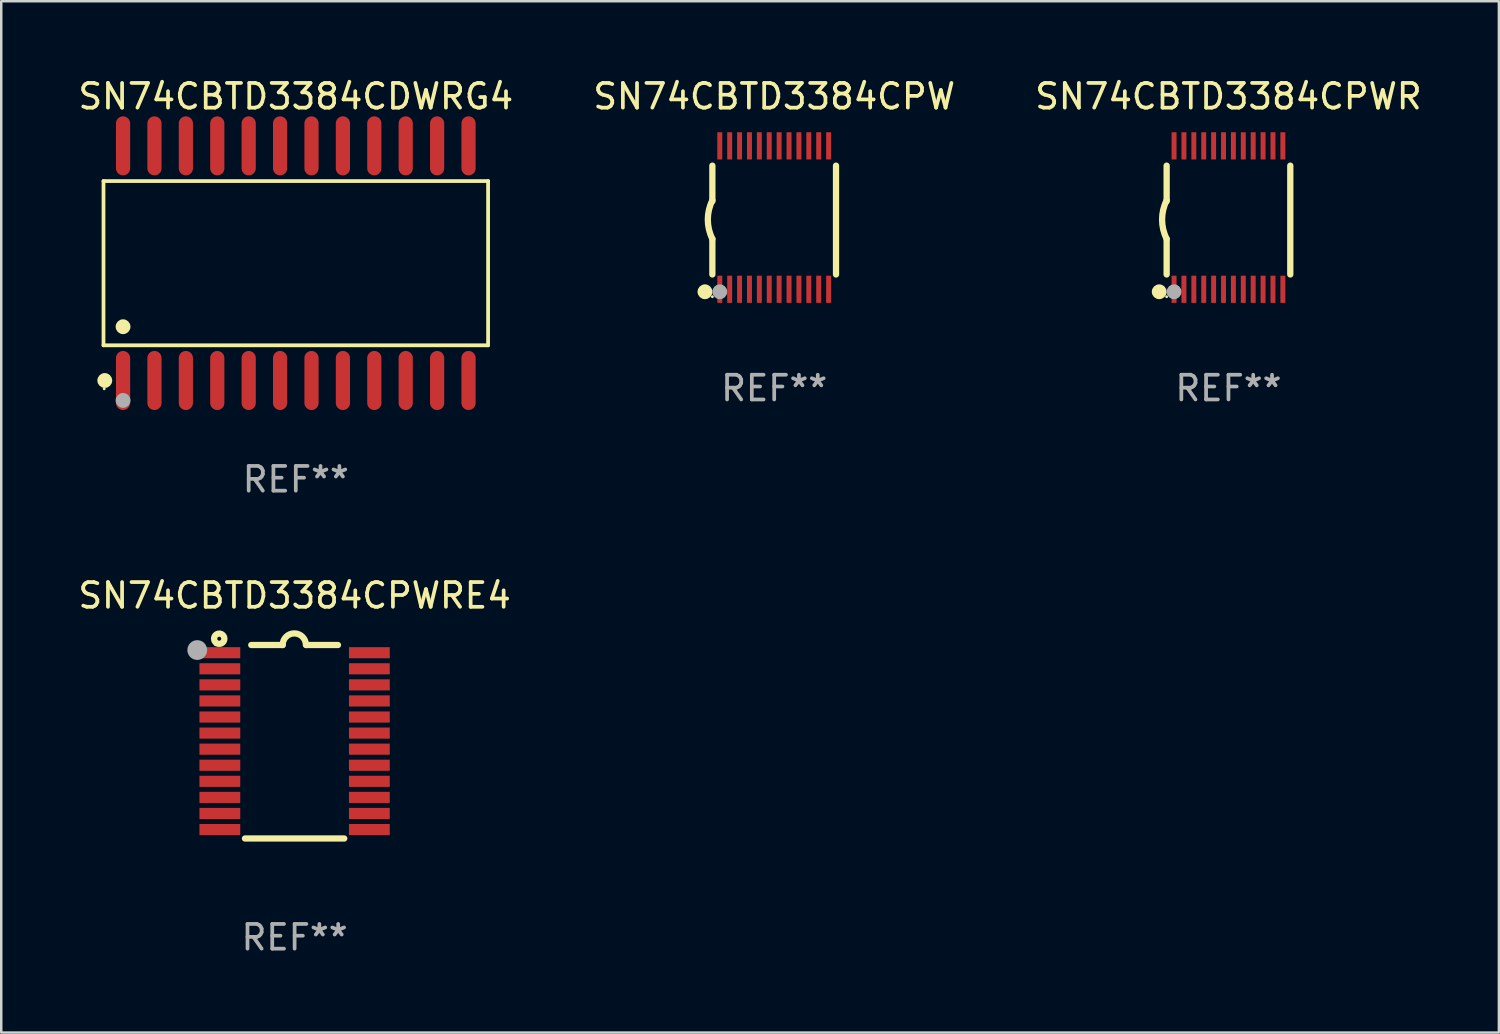
<source format=kicad_pcb>
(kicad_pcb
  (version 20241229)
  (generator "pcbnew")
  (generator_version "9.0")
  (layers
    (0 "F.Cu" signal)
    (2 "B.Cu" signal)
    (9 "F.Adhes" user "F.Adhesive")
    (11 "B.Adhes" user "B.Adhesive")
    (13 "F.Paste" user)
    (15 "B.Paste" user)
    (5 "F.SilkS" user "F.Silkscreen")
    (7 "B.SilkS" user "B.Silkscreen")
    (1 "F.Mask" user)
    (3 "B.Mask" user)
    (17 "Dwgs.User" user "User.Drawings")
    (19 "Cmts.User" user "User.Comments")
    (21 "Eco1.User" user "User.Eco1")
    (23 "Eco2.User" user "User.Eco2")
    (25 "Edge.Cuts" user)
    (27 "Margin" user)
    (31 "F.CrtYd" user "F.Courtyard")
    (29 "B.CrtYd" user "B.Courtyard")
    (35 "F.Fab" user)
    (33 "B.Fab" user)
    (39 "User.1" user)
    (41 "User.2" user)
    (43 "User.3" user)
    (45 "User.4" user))
  (footprint "SN74CBTD3384CPWR"
    (layer "F.Cu")
    (at 46.625 5.748)
    (property "Reference" "SN74CBTD3384CPWR" (at 0 -4.9 0) (layer "F.SilkS") (effects (font (size 1 1) (thickness 0.15))))
    (attr through_hole)
    (fp_line (start -2.5 -2.1) (end -2.5 -0.662) (stroke (width 0.254) (type solid)) (layer "F.SilkS"))
    (fp_line (start -2.5 0.863) (end -2.5 2.3) (stroke (width 0.254) (type solid)) (layer "F.SilkS"))
    (fp_line (start 2.5 -2.1) (end 2.5 2.3) (stroke (width 0.254) (type solid)) (layer "F.SilkS"))
    (fp_arc (start -2.49986 0.861951) (mid -2.683994 0.082188) (end -2.500013 -0.697612) (stroke (width 0.254001) (type solid)) (layer "F.SilkS"))
    (fp_circle (center -2.8 3) (end -2.65 3) (stroke (width 0.3) (type solid)) (fill no) (layer "F.SilkS"))
    (fp_circle (center -2.5 3.2) (end -2.47 3.2) (stroke (width 0.06) (type solid)) (fill no) (layer "F.SilkS"))
    (fp_circle (center -2.2 3) (end -2.05 3) (stroke (width 0.3) (type solid)) (fill no) (layer "F.Fab"))
    (fp_text user "REF**" (at 0 6.9 0) (layer "F.Fab") (effects (font (size 1 1) (thickness 0.15))))
    (pad "1" smd rect (at -2.2 2.9) (size 0.2 1.1) (layers "F.Cu" "F.Mask" "F.Paste"))
    (pad "2" smd rect (at -1.8 2.9) (size 0.2 1.1) (layers "F.Cu" "F.Mask" "F.Paste"))
    (pad "3" smd rect (at -1.4 2.9) (size 0.2 1.1) (layers "F.Cu" "F.Mask" "F.Paste"))
    (pad "4" smd rect (at -1 2.9) (size 0.2 1.1) (layers "F.Cu" "F.Mask" "F.Paste"))
    (pad "5" smd rect (at -0.6 2.9) (size 0.2 1.1) (layers "F.Cu" "F.Mask" "F.Paste"))
    (pad "6" smd rect (at -0.2 2.9) (size 0.2 1.1) (layers "F.Cu" "F.Mask" "F.Paste"))
    (pad "7" smd rect (at 0.2 2.9) (size 0.2 1.1) (layers "F.Cu" "F.Mask" "F.Paste"))
    (pad "8" smd rect (at 0.6 2.9) (size 0.2 1.1) (layers "F.Cu" "F.Mask" "F.Paste"))
    (pad "9" smd rect (at 1 2.9) (size 0.2 1.1) (layers "F.Cu" "F.Mask" "F.Paste"))
    (pad "10" smd rect (at 1.4 2.9) (size 0.2 1.1) (layers "F.Cu" "F.Mask" "F.Paste"))
    (pad "11" smd rect (at 1.8 2.9) (size 0.2 1.1) (layers "F.Cu" "F.Mask" "F.Paste"))
    (pad "12" smd rect (at 2.2 2.9) (size 0.2 1.1) (layers "F.Cu" "F.Mask" "F.Paste"))
    (pad "13" smd rect (at 2.2 -2.9) (size 0.2 1.1) (layers "F.Cu" "F.Mask" "F.Paste"))
    (pad "14" smd rect (at 1.8 -2.9) (size 0.2 1.1) (layers "F.Cu" "F.Mask" "F.Paste"))
    (pad "15" smd rect (at 1.4 -2.9) (size 0.2 1.1) (layers "F.Cu" "F.Mask" "F.Paste"))
    (pad "16" smd rect (at 1 -2.9) (size 0.2 1.1) (layers "F.Cu" "F.Mask" "F.Paste"))
    (pad "17" smd rect (at 0.6 -2.9) (size 0.2 1.1) (layers "F.Cu" "F.Mask" "F.Paste"))
    (pad "18" smd rect (at 0.2 -2.9) (size 0.2 1.1) (layers "F.Cu" "F.Mask" "F.Paste"))
    (pad "19" smd rect (at -0.2 -2.9) (size 0.2 1.1) (layers "F.Cu" "F.Mask" "F.Paste"))
    (pad "20" smd rect (at -0.6 -2.9) (size 0.2 1.1) (layers "F.Cu" "F.Mask" "F.Paste"))
    (pad "21" smd rect (at -1 -2.9) (size 0.2 1.1) (layers "F.Cu" "F.Mask" "F.Paste"))
    (pad "22" smd rect (at -1.4 -2.9) (size 0.2 1.1) (layers "F.Cu" "F.Mask" "F.Paste"))
    (pad "23" smd rect (at -1.8 -2.9) (size 0.2 1.1) (layers "F.Cu" "F.Mask" "F.Paste"))
    (pad "24" smd rect (at -2.2 -2.9) (size 0.2 1.1) (layers "F.Cu" "F.Mask" "F.Paste")))
  (footprint "SN74CBTD3384CPW"
    (layer "F.Cu")
    (at 28.256 5.748)
    (property "Reference" "SN74CBTD3384CPW" (at 0 -4.9 0) (layer "F.SilkS") (effects (font (size 1 1) (thickness 0.15))))
    (attr through_hole)
    (fp_line (start -2.5 -2.1) (end -2.5 -0.662) (stroke (width 0.254) (type solid)) (layer "F.SilkS"))
    (fp_line (start -2.5 0.863) (end -2.5 2.3) (stroke (width 0.254) (type solid)) (layer "F.SilkS"))
    (fp_line (start 2.5 -2.1) (end 2.5 2.3) (stroke (width 0.254) (type solid)) (layer "F.SilkS"))
    (fp_arc (start -2.49986 0.861951) (mid -2.683994 0.082188) (end -2.500013 -0.697612) (stroke (width 0.254001) (type solid)) (layer "F.SilkS"))
    (fp_circle (center -2.8 3) (end -2.65 3) (stroke (width 0.3) (type solid)) (fill no) (layer "F.SilkS"))
    (fp_circle (center -2.5 3.2) (end -2.47 3.2) (stroke (width 0.06) (type solid)) (fill no) (layer "F.SilkS"))
    (fp_circle (center -2.2 3) (end -2.05 3) (stroke (width 0.3) (type solid)) (fill no) (layer "F.Fab"))
    (fp_text user "REF**" (at 0 6.9 0) (layer "F.Fab") (effects (font (size 1 1) (thickness 0.15))))
    (pad "1" smd rect (at -2.2 2.9) (size 0.2 1.1) (layers "F.Cu" "F.Mask" "F.Paste"))
    (pad "2" smd rect (at -1.8 2.9) (size 0.2 1.1) (layers "F.Cu" "F.Mask" "F.Paste"))
    (pad "3" smd rect (at -1.4 2.9) (size 0.2 1.1) (layers "F.Cu" "F.Mask" "F.Paste"))
    (pad "4" smd rect (at -1 2.9) (size 0.2 1.1) (layers "F.Cu" "F.Mask" "F.Paste"))
    (pad "5" smd rect (at -0.6 2.9) (size 0.2 1.1) (layers "F.Cu" "F.Mask" "F.Paste"))
    (pad "6" smd rect (at -0.2 2.9) (size 0.2 1.1) (layers "F.Cu" "F.Mask" "F.Paste"))
    (pad "7" smd rect (at 0.2 2.9) (size 0.2 1.1) (layers "F.Cu" "F.Mask" "F.Paste"))
    (pad "8" smd rect (at 0.6 2.9) (size 0.2 1.1) (layers "F.Cu" "F.Mask" "F.Paste"))
    (pad "9" smd rect (at 1 2.9) (size 0.2 1.1) (layers "F.Cu" "F.Mask" "F.Paste"))
    (pad "10" smd rect (at 1.4 2.9) (size 0.2 1.1) (layers "F.Cu" "F.Mask" "F.Paste"))
    (pad "11" smd rect (at 1.8 2.9) (size 0.2 1.1) (layers "F.Cu" "F.Mask" "F.Paste"))
    (pad "12" smd rect (at 2.2 2.9) (size 0.2 1.1) (layers "F.Cu" "F.Mask" "F.Paste"))
    (pad "13" smd rect (at 2.2 -2.9) (size 0.2 1.1) (layers "F.Cu" "F.Mask" "F.Paste"))
    (pad "14" smd rect (at 1.8 -2.9) (size 0.2 1.1) (layers "F.Cu" "F.Mask" "F.Paste"))
    (pad "15" smd rect (at 1.4 -2.9) (size 0.2 1.1) (layers "F.Cu" "F.Mask" "F.Paste"))
    (pad "16" smd rect (at 1 -2.9) (size 0.2 1.1) (layers "F.Cu" "F.Mask" "F.Paste"))
    (pad "17" smd rect (at 0.6 -2.9) (size 0.2 1.1) (layers "F.Cu" "F.Mask" "F.Paste"))
    (pad "18" smd rect (at 0.2 -2.9) (size 0.2 1.1) (layers "F.Cu" "F.Mask" "F.Paste"))
    (pad "19" smd rect (at -0.2 -2.9) (size 0.2 1.1) (layers "F.Cu" "F.Mask" "F.Paste"))
    (pad "20" smd rect (at -0.6 -2.9) (size 0.2 1.1) (layers "F.Cu" "F.Mask" "F.Paste"))
    (pad "21" smd rect (at -1 -2.9) (size 0.2 1.1) (layers "F.Cu" "F.Mask" "F.Paste"))
    (pad "22" smd rect (at -1.4 -2.9) (size 0.2 1.1) (layers "F.Cu" "F.Mask" "F.Paste"))
    (pad "23" smd rect (at -1.8 -2.9) (size 0.2 1.1) (layers "F.Cu" "F.Mask" "F.Paste"))
    (pad "24" smd rect (at -2.2 -2.9) (size 0.2 1.1) (layers "F.Cu" "F.Mask" "F.Paste")))
  (footprint "SN74CBTD3384CDWRG4"
    (layer "F.Cu")
    (at 8.911 7.592)
    (property "Reference" "SN74CBTD3384CDWRG4" (at 0 -6.744 0) (layer "F.SilkS") (effects (font (size 1 1) (thickness 0.15))))
    (attr through_hole)
    (fp_line (start -7.776 -3.321) (end 7.776 -3.321) (stroke (width 0.152) (type solid)) (layer "F.SilkS"))
    (fp_line (start -7.776 3.321) (end -7.776 -3.321) (stroke (width 0.152) (type solid)) (layer "F.SilkS"))
    (fp_line (start 7.776 -3.321) (end 7.776 3.321) (stroke (width 0.152) (type solid)) (layer "F.SilkS"))
    (fp_line (start 7.776 3.321) (end -7.776 3.321) (stroke (width 0.152) (type solid)) (layer "F.SilkS"))
    (fp_circle (center -7.747 5.08) (end -7.717 5.08) (stroke (width 0.06) (type solid)) (fill no) (layer "F.SilkS"))
    (fp_circle (center -7.724 4.744) (end -7.574 4.744) (stroke (width 0.3) (type solid)) (fill no) (layer "F.SilkS"))
    (fp_circle (center -6.985 2.569) (end -6.835 2.569) (stroke (width 0.3) (type solid)) (fill no) (layer "F.SilkS"))
    (fp_circle (center -6.985 5.55) (end -6.835 5.55) (stroke (width 0.3) (type solid)) (fill no) (layer "F.Fab"))
    (fp_text user "REF**" (at 0 8.744 0) (layer "F.Fab") (effects (font (size 1 1) (thickness 0.15))))
    (pad "1" smd oval (at -6.985 4.744) (size 0.574 2.388) (layers "F.Cu" "F.Mask" "F.Paste"))
    (pad "2" smd oval (at -5.715 4.744) (size 0.574 2.388) (layers "F.Cu" "F.Mask" "F.Paste"))
    (pad "3" smd oval (at -4.445 4.744) (size 0.574 2.388) (layers "F.Cu" "F.Mask" "F.Paste"))
    (pad "4" smd oval (at -3.175 4.744) (size 0.574 2.388) (layers "F.Cu" "F.Mask" "F.Paste"))
    (pad "5" smd oval (at -1.905 4.744) (size 0.574 2.388) (layers "F.Cu" "F.Mask" "F.Paste"))
    (pad "6" smd oval (at -0.635 4.744) (size 0.574 2.388) (layers "F.Cu" "F.Mask" "F.Paste"))
    (pad "7" smd oval (at 0.635 4.744) (size 0.574 2.388) (layers "F.Cu" "F.Mask" "F.Paste"))
    (pad "8" smd oval (at 1.905 4.744) (size 0.574 2.388) (layers "F.Cu" "F.Mask" "F.Paste"))
    (pad "9" smd oval (at 3.175 4.744) (size 0.574 2.388) (layers "F.Cu" "F.Mask" "F.Paste"))
    (pad "10" smd oval (at 4.445 4.744) (size 0.574 2.388) (layers "F.Cu" "F.Mask" "F.Paste"))
    (pad "11" smd oval (at 5.715 4.744) (size 0.574 2.388) (layers "F.Cu" "F.Mask" "F.Paste"))
    (pad "12" smd oval (at 6.985 4.744) (size 0.574 2.388) (layers "F.Cu" "F.Mask" "F.Paste"))
    (pad "13" smd oval (at 6.985 -4.744) (size 0.574 2.388) (layers "F.Cu" "F.Mask" "F.Paste"))
    (pad "14" smd oval (at 5.715 -4.744) (size 0.574 2.388) (layers "F.Cu" "F.Mask" "F.Paste"))
    (pad "15" smd oval (at 4.445 -4.744) (size 0.574 2.388) (layers "F.Cu" "F.Mask" "F.Paste"))
    (pad "16" smd oval (at 3.175 -4.744) (size 0.574 2.388) (layers "F.Cu" "F.Mask" "F.Paste"))
    (pad "17" smd oval (at 1.905 -4.744) (size 0.574 2.388) (layers "F.Cu" "F.Mask" "F.Paste"))
    (pad "18" smd oval (at 0.635 -4.744) (size 0.574 2.388) (layers "F.Cu" "F.Mask" "F.Paste"))
    (pad "19" smd oval (at -0.635 -4.744) (size 0.574 2.388) (layers "F.Cu" "F.Mask" "F.Paste"))
    (pad "20" smd oval (at -1.905 -4.744) (size 0.574 2.388) (layers "F.Cu" "F.Mask" "F.Paste"))
    (pad "21" smd oval (at -3.175 -4.744) (size 0.574 2.388) (layers "F.Cu" "F.Mask" "F.Paste"))
    (pad "22" smd oval (at -4.445 -4.744) (size 0.574 2.388) (layers "F.Cu" "F.Mask" "F.Paste"))
    (pad "23" smd oval (at -5.715 -4.744) (size 0.574 2.388) (layers "F.Cu" "F.Mask" "F.Paste"))
    (pad "24" smd oval (at -6.985 -4.744) (size 0.574 2.388) (layers "F.Cu" "F.Mask" "F.Paste")))
  (footprint "SN74CBTD3384CPWRE4"
    (layer "F.Cu")
    (at 8.863 26.944)
    (property "Reference" "SN74CBTD3384CPWRE4" (at 0 -5.912 0) (layer "F.SilkS") (effects (font (size 1 1) (thickness 0.15))))
    (attr through_hole)
    (fp_line (start -1.753 -3.912) (end -0.483 -3.912) (stroke (width 0.254) (type solid)) (layer "F.SilkS"))
    (fp_line (start 0.483 -3.912) (end 1.753 -3.912) (stroke (width 0.254) (type solid)) (layer "F.SilkS"))
    (fp_line (start 2.007 3.912) (end -2.007 3.912) (stroke (width 0.254) (type solid)) (layer "F.SilkS"))
    (fp_arc (start -0.482626 -3.911608) (mid -0.012725 -4.381509) (end 0.457176 -3.911608) (stroke (width 0.254001) (type solid)) (layer "F.SilkS"))
    (fp_circle (center -3.2 -3.925) (end -3.17 -3.925) (stroke (width 0.06) (type solid)) (fill no) (layer "F.SilkS"))
    (fp_circle (center -3.048 -4.166) (end -2.968 -4.166) (stroke (width 0.254) (type solid)) (fill no) (layer "F.SilkS"))
    (fp_circle (center -3.937 -3.708) (end -3.737 -3.708) (stroke (width 0.4) (type solid)) (fill no) (layer "F.Fab"))
    (fp_text user "REF**" (at 0 7.912 0) (layer "F.Fab") (effects (font (size 1 1) (thickness 0.15))))
    (pad "1" smd rect (at -3.023 -3.6) (size 1.65 0.45) (layers "F.Cu" "F.Mask" "F.Paste"))
    (pad "2" smd rect (at -3.023 -2.95) (size 1.65 0.45) (layers "F.Cu" "F.Mask" "F.Paste"))
    (pad "3" smd rect (at -3.023 -2.3) (size 1.65 0.45) (layers "F.Cu" "F.Mask" "F.Paste"))
    (pad "4" smd rect (at -3.023 -1.65) (size 1.65 0.45) (layers "F.Cu" "F.Mask" "F.Paste"))
    (pad "5" smd rect (at -3.023 -1) (size 1.65 0.45) (layers "F.Cu" "F.Mask" "F.Paste"))
    (pad "6" smd rect (at -3.023 -0.35) (size 1.65 0.45) (layers "F.Cu" "F.Mask" "F.Paste"))
    (pad "7" smd rect (at -3.023 0.3) (size 1.65 0.45) (layers "F.Cu" "F.Mask" "F.Paste"))
    (pad "8" smd rect (at -3.023 0.95) (size 1.65 0.45) (layers "F.Cu" "F.Mask" "F.Paste"))
    (pad "9" smd rect (at -3.023 1.6) (size 1.65 0.45) (layers "F.Cu" "F.Mask" "F.Paste"))
    (pad "10" smd rect (at -3.023 2.25) (size 1.65 0.45) (layers "F.Cu" "F.Mask" "F.Paste"))
    (pad "11" smd rect (at -3.023 2.9) (size 1.65 0.45) (layers "F.Cu" "F.Mask" "F.Paste"))
    (pad "12" smd rect (at -3.023 3.55) (size 1.65 0.45) (layers "F.Cu" "F.Mask" "F.Paste"))
    (pad "13" smd rect (at 3.023 3.55) (size 1.65 0.45) (layers "F.Cu" "F.Mask" "F.Paste"))
    (pad "14" smd rect (at 3.023 2.9) (size 1.65 0.45) (layers "F.Cu" "F.Mask" "F.Paste"))
    (pad "15" smd rect (at 3.023 2.25) (size 1.65 0.45) (layers "F.Cu" "F.Mask" "F.Paste"))
    (pad "16" smd rect (at 3.023 1.6) (size 1.65 0.45) (layers "F.Cu" "F.Mask" "F.Paste"))
    (pad "17" smd rect (at 3.023 0.95) (size 1.65 0.45) (layers "F.Cu" "F.Mask" "F.Paste"))
    (pad "18" smd rect (at 3.023 0.3) (size 1.65 0.45) (layers "F.Cu" "F.Mask" "F.Paste"))
    (pad "19" smd rect (at 3.023 -0.35) (size 1.65 0.45) (layers "F.Cu" "F.Mask" "F.Paste"))
    (pad "20" smd rect (at 3.023 -1) (size 1.65 0.45) (layers "F.Cu" "F.Mask" "F.Paste"))
    (pad "21" smd rect (at 3.023 -1.65) (size 1.65 0.45) (layers "F.Cu" "F.Mask" "F.Paste"))
    (pad "22" smd rect (at 3.023 -2.3) (size 1.65 0.45) (layers "F.Cu" "F.Mask" "F.Paste"))
    (pad "23" smd rect (at 3.023 -2.95) (size 1.65 0.45) (layers "F.Cu" "F.Mask" "F.Paste"))
    (pad "24" smd rect (at 3.023 -3.6) (size 1.65 0.45) (layers "F.Cu" "F.Mask" "F.Paste")))
  (gr_rect
    (start -3 -3)
    (end 57.56 38.704)
    (stroke (width 0.1) (type default))
    (fill no)
    (layer "Edge.Cuts")))
</source>
